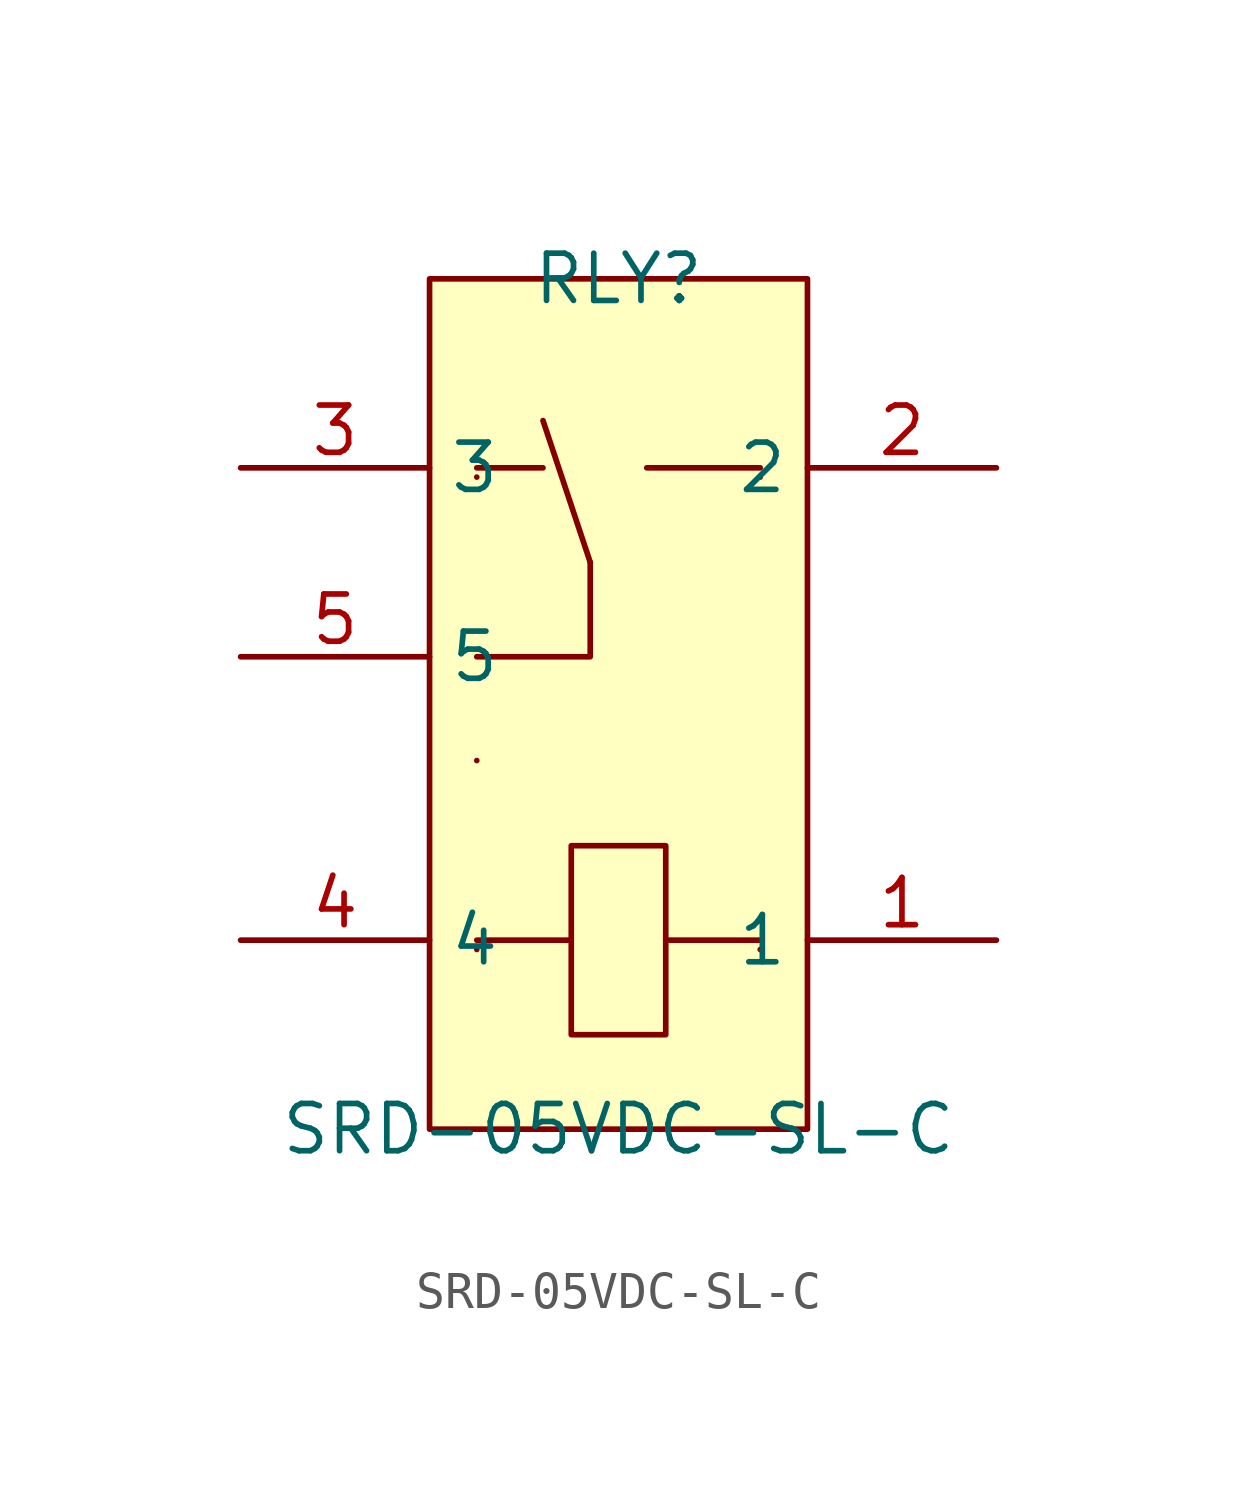
<source format=kicad_sym>
(kicad_symbol_lib
  (version 1)
  (generator "faebryk")
  (symbol "SRD-05VDC-SL-C"
    (property "Reference" "RLY"
      (at 0 11.43 0)
      (effects (font (size 1.27 1.27)) (hide no)))
    (property "Value" "SRD-05VDC-SL-C"
      (at 0 -11.43 0)
      (effects (font (size 1.27 1.27)) (hide no)))
    (symbol "SRD-05VDC-SL-C_0_1"
      (polyline (stroke (width 0) (type default) (color 0 0 0 0)) (fill (type none)) (pts (xy 3.81 -6.35) (xy 1.27 -6.35)))
      (polyline (stroke (width 0) (type default) (color 0 0 0 0)) (fill (type none)) (pts (xy -1.27 -6.35) (xy -3.81 -6.35)))
      (polyline (stroke (width 0) (type default) (color 0 0 0 0)) (fill (type background)) (pts (xy -1.27 -8.89) (xy 1.27 -8.89) (xy 1.27 -3.81) (xy -1.27 -3.81) (xy -1.27 -8.89)))
      (polyline (stroke (width 0) (type default) (color 0 0 0 0)) (fill (type none)) (pts (xy -3.81 1.27) (xy -0.76 1.27) (xy -0.76 3.81)))
      (polyline (stroke (width 0) (type default) (color 0 0 0 0)) (fill (type none)) (pts (xy 3.81 6.35) (xy 0.76 6.35)))
      (polyline (stroke (width 0) (type default) (color 0 0 0 0)) (fill (type none)) (pts (xy -3.81 6.35) (xy -2.03 6.35)))
      (polyline (stroke (width 0) (type default) (color 0 0 0 0)) (fill (type none)) (pts (xy -0.76 3.81) (xy -2.03 7.62)))
      (rectangle (start -5.08 11.43) (end 5.08 -11.43) (stroke (width 0) (type default) (color 0 0 0 0)) (fill (type background)))
      (arc (start -3.81 6.1) (mid -3.76 6.34) (end -3.81 6.1) (stroke (width 0) (type default) (color 0 0 0 0)) (fill (type none)))
      (arc (start 3.81 6.1) (mid 3.86 6.34) (end 3.81 6.1) (stroke (width 0) (type default) (color 0 0 0 0)) (fill (type none)))
      (arc (start 3.81 -6.6) (mid 3.86 -6.36) (end 3.81 -6.6) (stroke (width 0) (type default) (color 0 0 0 0)) (fill (type none)))
      (arc (start -3.81 -1.52) (mid -3.76 -1.28) (end -3.81 -1.52) (stroke (width 0) (type default) (color 0 0 0 0)) (fill (type none)))
      (arc (start -3.81 -6.6) (mid -3.76 -6.36) (end -3.81 -6.6) (stroke (width 0) (type default) (color 0 0 0 0)) (fill (type none)))
      (pin input line (at 10.16 -6.35 180) (length 5.08) (name "1" (effects (font (size 1.27 1.27)) (hide no))) (number "1" (effects (font (size 1.27 1.27)) (hide no))))
      (pin input line (at 10.16 6.35 180) (length 5.08) (name "2" (effects (font (size 1.27 1.27)) (hide no))) (number "2" (effects (font (size 1.27 1.27)) (hide no))))
      (pin input line (at -10.16 6.35 0) (length 5.08) (name "3" (effects (font (size 1.27 1.27)) (hide no))) (number "3" (effects (font (size 1.27 1.27)) (hide no))))
      (pin input line (at -10.16 -6.35 0) (length 5.08) (name "4" (effects (font (size 1.27 1.27)) (hide no))) (number "4" (effects (font (size 1.27 1.27)) (hide no))))
      (pin input line (at -10.16 1.27 0) (length 5.08) (name "5" (effects (font (size 1.27 1.27)) (hide no))) (number "5" (effects (font (size 1.27 1.27)) (hide no)))))))
</source>
